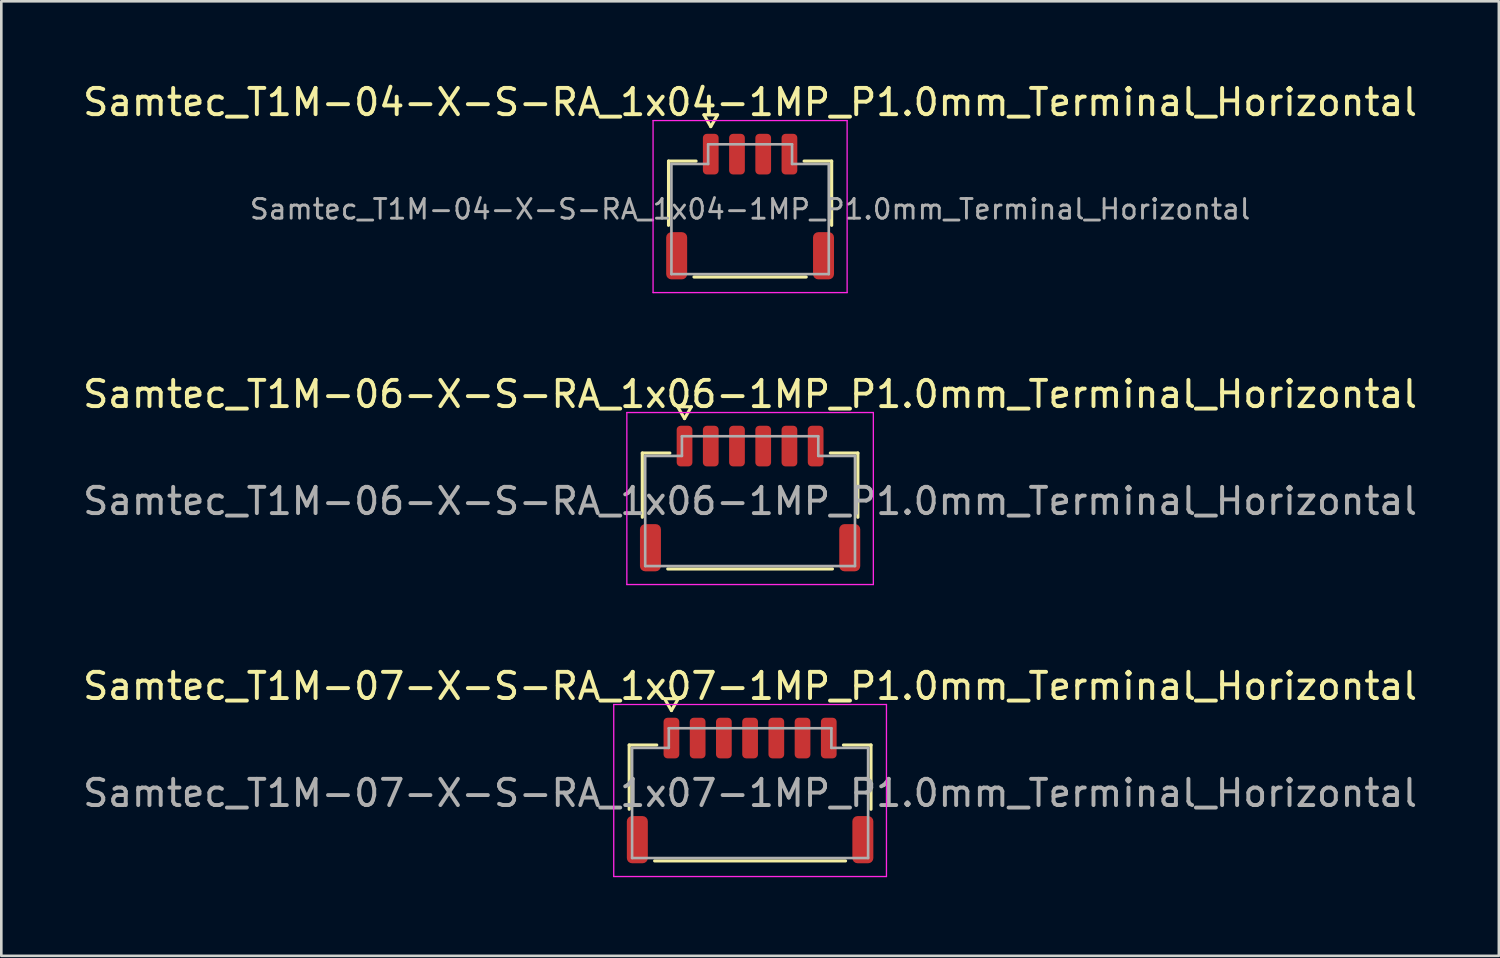
<source format=kicad_pcb>
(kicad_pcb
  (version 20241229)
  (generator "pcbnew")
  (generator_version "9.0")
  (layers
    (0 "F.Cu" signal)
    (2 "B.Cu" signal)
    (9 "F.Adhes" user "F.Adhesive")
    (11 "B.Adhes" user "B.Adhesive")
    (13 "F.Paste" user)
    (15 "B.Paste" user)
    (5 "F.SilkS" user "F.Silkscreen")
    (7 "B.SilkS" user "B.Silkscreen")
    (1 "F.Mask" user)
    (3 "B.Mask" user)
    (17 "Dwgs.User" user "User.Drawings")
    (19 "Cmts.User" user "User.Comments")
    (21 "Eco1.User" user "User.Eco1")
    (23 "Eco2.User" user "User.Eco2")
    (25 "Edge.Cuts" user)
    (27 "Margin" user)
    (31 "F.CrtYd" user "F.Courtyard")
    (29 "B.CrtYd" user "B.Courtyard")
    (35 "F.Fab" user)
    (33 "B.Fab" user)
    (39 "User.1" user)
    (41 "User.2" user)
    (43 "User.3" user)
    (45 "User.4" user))
  (footprint "Samtec_T1M-04-X-S-RA_1x04-1MP_P1.0mm_Terminal_Horizontal"
    (layer "F.Cu")
    (at 25.554 4.928)
    (property "Reference" "Samtec_T1M-04-X-S-RA_1x04-1MP_P1.0mm_Terminal_Horizontal" (at 0 -4.08 0) (layer "F.SilkS") (effects (font (size 1 1) (thickness 0.15))))
    (attr smd)
    (fp_line (start -3.11 -1.835) (end -2.06 -1.835) (stroke (width 0.12) (type solid)) (layer "F.SilkS"))
    (fp_line (start -3.11 0.615) (end -3.11 -1.835) (stroke (width 0.12) (type solid)) (layer "F.SilkS"))
    (fp_line (start -1.76 -3.6) (end -1.5 -3.15) (stroke (width 0.12) (type solid)) (layer "F.SilkS"))
    (fp_line (start -1.5 -3.15) (end -1.24 -3.6) (stroke (width 0.12) (type solid)) (layer "F.SilkS"))
    (fp_line (start -1.24 -3.6) (end -1.76 -3.6) (stroke (width 0.12) (type solid)) (layer "F.SilkS"))
    (fp_line (start 2.06 -1.835) (end 3.11 -1.835) (stroke (width 0.12) (type solid)) (layer "F.SilkS"))
    (fp_line (start 2.14 2.585) (end -2.14 2.585) (stroke (width 0.12) (type solid)) (layer "F.SilkS"))
    (fp_line (start 3.11 -1.835) (end 3.11 0.615) (stroke (width 0.12) (type solid)) (layer "F.SilkS"))
    (fp_line (start -3.7 -3.38) (end -3.7 3.18) (stroke (width 0.05) (type solid)) (layer "F.CrtYd"))
    (fp_line (start -3.7 3.18) (end 3.7 3.18) (stroke (width 0.05) (type solid)) (layer "F.CrtYd"))
    (fp_line (start 3.7 -3.38) (end -3.7 -3.38) (stroke (width 0.05) (type solid)) (layer "F.CrtYd"))
    (fp_line (start 3.7 3.18) (end 3.7 -3.38) (stroke (width 0.05) (type solid)) (layer "F.CrtYd"))
    (fp_line (start -3 -1.725) (end -1.6 -1.725) (stroke (width 0.1) (type solid)) (layer "F.Fab"))
    (fp_line (start -3 2.475) (end -3 -1.725) (stroke (width 0.1) (type solid)) (layer "F.Fab"))
    (fp_line (start -1.6 -2.475) (end 1.6 -2.475) (stroke (width 0.1) (type solid)) (layer "F.Fab"))
    (fp_line (start -1.6 -1.725) (end -1.6 -2.475) (stroke (width 0.1) (type solid)) (layer "F.Fab"))
    (fp_line (start 1.6 -2.475) (end 1.6 -1.725) (stroke (width 0.1) (type solid)) (layer "F.Fab"))
    (fp_line (start 1.6 -1.725) (end 3 -1.725) (stroke (width 0.1) (type solid)) (layer "F.Fab"))
    (fp_line (start 3 -1.725) (end 3 2.475) (stroke (width 0.1) (type solid)) (layer "F.Fab"))
    (fp_line (start 3 2.475) (end -3 2.475) (stroke (width 0.1) (type solid)) (layer "F.Fab"))
    (fp_text user "${REFERENCE}" (at 0 0 0) (layer "F.Fab") (effects (font (size 0.75 0.75) (thickness 0.11))))
    (pad "1" smd roundrect (at -1.5 -2.1) (size 0.6 1.55) (layers "F.Cu" "F.Mask" "F.Paste") (roundrect_rratio 0.25))
    (pad "2" smd roundrect (at -0.5 -2.1) (size 0.6 1.55) (layers "F.Cu" "F.Mask" "F.Paste") (roundrect_rratio 0.25))
    (pad "3" smd roundrect (at 0.5 -2.1) (size 0.6 1.55) (layers "F.Cu" "F.Mask" "F.Paste") (roundrect_rratio 0.25))
    (pad "4" smd roundrect (at 1.5 -2.1) (size 0.6 1.55) (layers "F.Cu" "F.Mask" "F.Paste") (roundrect_rratio 0.25))
    (pad "MP" smd roundrect (at -2.8 1.775) (size 0.8 1.8) (layers "F.Cu" "F.Mask" "F.Paste") (roundrect_rratio 0.25))
    (pad "MP" smd roundrect (at 2.8 1.775) (size 0.8 1.8) (layers "F.Cu" "F.Mask" "F.Paste") (roundrect_rratio 0.25)))
  (footprint "Samtec_T1M-06-X-S-RA_1x06-1MP_P1.0mm_Terminal_Horizontal"
    (layer "F.Cu")
    (at 25.554 16.061)
    (property "Reference" "Samtec_T1M-06-X-S-RA_1x06-1MP_P1.0mm_Terminal_Horizontal" (at 0 -4.08 0) (layer "F.SilkS") (effects (font (size 1 1) (thickness 0.15))))
    (attr smd)
    (fp_line (start -4.11 -1.835) (end -3.06 -1.835) (stroke (width 0.12) (type solid)) (layer "F.SilkS"))
    (fp_line (start -4.11 0.615) (end -4.11 -1.835) (stroke (width 0.12) (type solid)) (layer "F.SilkS"))
    (fp_line (start -2.76 -3.6) (end -2.5 -3.15) (stroke (width 0.12) (type solid)) (layer "F.SilkS"))
    (fp_line (start -2.5 -3.15) (end -2.24 -3.6) (stroke (width 0.12) (type solid)) (layer "F.SilkS"))
    (fp_line (start -2.24 -3.6) (end -2.76 -3.6) (stroke (width 0.12) (type solid)) (layer "F.SilkS"))
    (fp_line (start 3.06 -1.835) (end 4.11 -1.835) (stroke (width 0.12) (type solid)) (layer "F.SilkS"))
    (fp_line (start 3.14 2.585) (end -3.14 2.585) (stroke (width 0.12) (type solid)) (layer "F.SilkS"))
    (fp_line (start 4.11 -1.835) (end 4.11 0.615) (stroke (width 0.12) (type solid)) (layer "F.SilkS"))
    (fp_line (start -4.7 -3.38) (end -4.7 3.18) (stroke (width 0.05) (type solid)) (layer "F.CrtYd"))
    (fp_line (start -4.7 3.18) (end 4.7 3.18) (stroke (width 0.05) (type solid)) (layer "F.CrtYd"))
    (fp_line (start 4.7 -3.38) (end -4.7 -3.38) (stroke (width 0.05) (type solid)) (layer "F.CrtYd"))
    (fp_line (start 4.7 3.18) (end 4.7 -3.38) (stroke (width 0.05) (type solid)) (layer "F.CrtYd"))
    (fp_line (start -4 -1.725) (end -2.6 -1.725) (stroke (width 0.1) (type solid)) (layer "F.Fab"))
    (fp_line (start -4 2.475) (end -4 -1.725) (stroke (width 0.1) (type solid)) (layer "F.Fab"))
    (fp_line (start -2.6 -2.475) (end 2.6 -2.475) (stroke (width 0.1) (type solid)) (layer "F.Fab"))
    (fp_line (start -2.6 -1.725) (end -2.6 -2.475) (stroke (width 0.1) (type solid)) (layer "F.Fab"))
    (fp_line (start 2.6 -2.475) (end 2.6 -1.725) (stroke (width 0.1) (type solid)) (layer "F.Fab"))
    (fp_line (start 2.6 -1.725) (end 4 -1.725) (stroke (width 0.1) (type solid)) (layer "F.Fab"))
    (fp_line (start 4 -1.725) (end 4 2.475) (stroke (width 0.1) (type solid)) (layer "F.Fab"))
    (fp_line (start 4 2.475) (end -4 2.475) (stroke (width 0.1) (type solid)) (layer "F.Fab"))
    (fp_text user "${REFERENCE}" (at 0 0 0) (layer "F.Fab") (effects (font (size 1 1) (thickness 0.15))))
    (pad "1" smd roundrect (at -2.5 -2.1) (size 0.6 1.55) (layers "F.Cu" "F.Mask" "F.Paste") (roundrect_rratio 0.25))
    (pad "2" smd roundrect (at -1.5 -2.1) (size 0.6 1.55) (layers "F.Cu" "F.Mask" "F.Paste") (roundrect_rratio 0.25))
    (pad "3" smd roundrect (at -0.5 -2.1) (size 0.6 1.55) (layers "F.Cu" "F.Mask" "F.Paste") (roundrect_rratio 0.25))
    (pad "4" smd roundrect (at 0.5 -2.1) (size 0.6 1.55) (layers "F.Cu" "F.Mask" "F.Paste") (roundrect_rratio 0.25))
    (pad "5" smd roundrect (at 1.5 -2.1) (size 0.6 1.55) (layers "F.Cu" "F.Mask" "F.Paste") (roundrect_rratio 0.25))
    (pad "6" smd roundrect (at 2.5 -2.1) (size 0.6 1.55) (layers "F.Cu" "F.Mask" "F.Paste") (roundrect_rratio 0.25))
    (pad "MP" smd roundrect (at -3.8 1.775) (size 0.8 1.8) (layers "F.Cu" "F.Mask" "F.Paste") (roundrect_rratio 0.25))
    (pad "MP" smd roundrect (at 3.8 1.775) (size 0.8 1.8) (layers "F.Cu" "F.Mask" "F.Paste") (roundrect_rratio 0.25)))
  (footprint "Samtec_T1M-07-X-S-RA_1x07-1MP_P1.0mm_Terminal_Horizontal"
    (layer "F.Cu")
    (at 25.554 27.195)
    (property "Reference" "Samtec_T1M-07-X-S-RA_1x07-1MP_P1.0mm_Terminal_Horizontal" (at 0 -4.08 0) (layer "F.SilkS") (effects (font (size 1 1) (thickness 0.15))))
    (attr smd)
    (fp_line (start -4.61 -1.835) (end -3.56 -1.835) (stroke (width 0.12) (type solid)) (layer "F.SilkS"))
    (fp_line (start -4.61 0.615) (end -4.61 -1.835) (stroke (width 0.12) (type solid)) (layer "F.SilkS"))
    (fp_line (start -3.26 -3.6) (end -3 -3.15) (stroke (width 0.12) (type solid)) (layer "F.SilkS"))
    (fp_line (start -3 -3.15) (end -2.74 -3.6) (stroke (width 0.12) (type solid)) (layer "F.SilkS"))
    (fp_line (start -2.74 -3.6) (end -3.26 -3.6) (stroke (width 0.12) (type solid)) (layer "F.SilkS"))
    (fp_line (start 3.56 -1.835) (end 4.61 -1.835) (stroke (width 0.12) (type solid)) (layer "F.SilkS"))
    (fp_line (start 3.64 2.585) (end -3.64 2.585) (stroke (width 0.12) (type solid)) (layer "F.SilkS"))
    (fp_line (start 4.61 -1.835) (end 4.61 0.615) (stroke (width 0.12) (type solid)) (layer "F.SilkS"))
    (fp_line (start -5.2 -3.38) (end -5.2 3.18) (stroke (width 0.05) (type solid)) (layer "F.CrtYd"))
    (fp_line (start -5.2 3.18) (end 5.2 3.18) (stroke (width 0.05) (type solid)) (layer "F.CrtYd"))
    (fp_line (start 5.2 -3.38) (end -5.2 -3.38) (stroke (width 0.05) (type solid)) (layer "F.CrtYd"))
    (fp_line (start 5.2 3.18) (end 5.2 -3.38) (stroke (width 0.05) (type solid)) (layer "F.CrtYd"))
    (fp_line (start -4.5 -1.725) (end -3.1 -1.725) (stroke (width 0.1) (type solid)) (layer "F.Fab"))
    (fp_line (start -4.5 2.475) (end -4.5 -1.725) (stroke (width 0.1) (type solid)) (layer "F.Fab"))
    (fp_line (start -3.1 -2.475) (end 3.1 -2.475) (stroke (width 0.1) (type solid)) (layer "F.Fab"))
    (fp_line (start -3.1 -1.725) (end -3.1 -2.475) (stroke (width 0.1) (type solid)) (layer "F.Fab"))
    (fp_line (start 3.1 -2.475) (end 3.1 -1.725) (stroke (width 0.1) (type solid)) (layer "F.Fab"))
    (fp_line (start 3.1 -1.725) (end 4.5 -1.725) (stroke (width 0.1) (type solid)) (layer "F.Fab"))
    (fp_line (start 4.5 -1.725) (end 4.5 2.475) (stroke (width 0.1) (type solid)) (layer "F.Fab"))
    (fp_line (start 4.5 2.475) (end -4.5 2.475) (stroke (width 0.1) (type solid)) (layer "F.Fab"))
    (fp_text user "${REFERENCE}" (at 0 0 0) (layer "F.Fab") (effects (font (size 1 1) (thickness 0.15))))
    (pad "1" smd roundrect (at -3 -2.1) (size 0.6 1.55) (layers "F.Cu" "F.Mask" "F.Paste") (roundrect_rratio 0.25))
    (pad "2" smd roundrect (at -2 -2.1) (size 0.6 1.55) (layers "F.Cu" "F.Mask" "F.Paste") (roundrect_rratio 0.25))
    (pad "3" smd roundrect (at -1 -2.1) (size 0.6 1.55) (layers "F.Cu" "F.Mask" "F.Paste") (roundrect_rratio 0.25))
    (pad "4" smd roundrect (at 0 -2.1) (size 0.6 1.55) (layers "F.Cu" "F.Mask" "F.Paste") (roundrect_rratio 0.25))
    (pad "5" smd roundrect (at 1 -2.1) (size 0.6 1.55) (layers "F.Cu" "F.Mask" "F.Paste") (roundrect_rratio 0.25))
    (pad "6" smd roundrect (at 2 -2.1) (size 0.6 1.55) (layers "F.Cu" "F.Mask" "F.Paste") (roundrect_rratio 0.25))
    (pad "7" smd roundrect (at 3 -2.1) (size 0.6 1.55) (layers "F.Cu" "F.Mask" "F.Paste") (roundrect_rratio 0.25))
    (pad "MP" smd roundrect (at -4.3 1.775) (size 0.8 1.8) (layers "F.Cu" "F.Mask" "F.Paste") (roundrect_rratio 0.25))
    (pad "MP" smd roundrect (at 4.3 1.775) (size 0.8 1.8) (layers "F.Cu" "F.Mask" "F.Paste") (roundrect_rratio 0.25)))
  (gr_rect
    (start -3 -3)
    (end 54.107 33.4)
    (stroke (width 0.1) (type default))
    (fill no)
    (layer "Edge.Cuts")))
</source>
